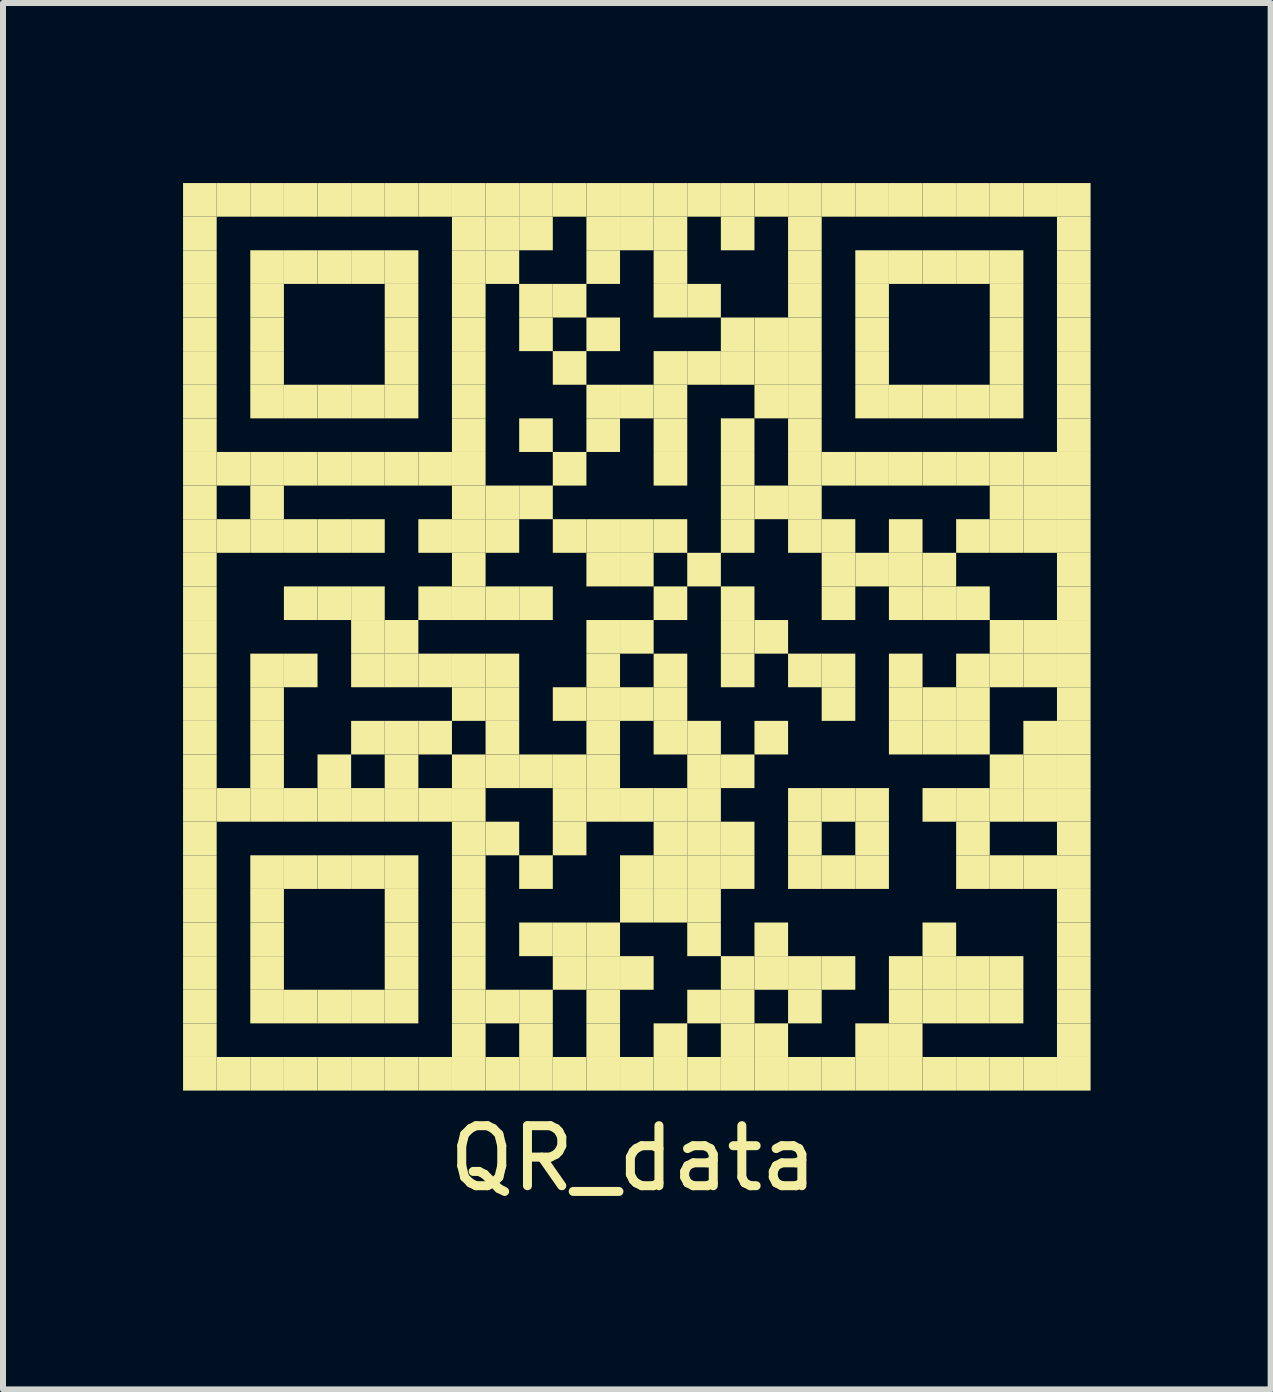
<source format=kicad_pcb>
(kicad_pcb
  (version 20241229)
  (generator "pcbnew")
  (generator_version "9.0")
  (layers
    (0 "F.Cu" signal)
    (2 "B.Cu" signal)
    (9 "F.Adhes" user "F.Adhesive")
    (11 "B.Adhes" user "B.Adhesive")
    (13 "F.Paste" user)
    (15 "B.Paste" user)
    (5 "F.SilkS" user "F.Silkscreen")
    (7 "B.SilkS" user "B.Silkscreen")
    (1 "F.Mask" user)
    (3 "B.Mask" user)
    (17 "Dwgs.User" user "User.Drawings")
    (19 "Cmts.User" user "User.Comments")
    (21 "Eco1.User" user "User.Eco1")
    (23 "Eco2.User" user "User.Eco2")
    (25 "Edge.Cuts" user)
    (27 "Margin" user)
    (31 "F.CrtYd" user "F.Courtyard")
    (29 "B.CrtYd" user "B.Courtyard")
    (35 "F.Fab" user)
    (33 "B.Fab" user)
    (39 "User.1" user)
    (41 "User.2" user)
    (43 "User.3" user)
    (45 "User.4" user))
  (footprint "QR_data"
    (layer "F.Cu")
    (at 7.5 7.5)
    (property "Reference" "QR_data" (at 0 8.75 0) (layer "F.SilkS") (effects (font (size 1 1) (thickness 0.15))))
    (attr exclude_from_pos_files exclude_from_bom)
    (fp_poly (pts (xy -7.5 -7.5) (xy -7.5 -6.94) (xy -6.94 -6.94) (xy -6.94 -7.5)) (stroke (width 0) (type solid)) (fill yes) (layer "F.SilkS"))
    (fp_poly (pts (xy -7.5 -6.94) (xy -7.5 -6.38) (xy -6.94 -6.38) (xy -6.94 -6.94)) (stroke (width 0) (type solid)) (fill yes) (layer "F.SilkS"))
    (fp_poly (pts (xy -7.5 -6.38) (xy -7.5 -5.82) (xy -6.94 -5.82) (xy -6.94 -6.38)) (stroke (width 0) (type solid)) (fill yes) (layer "F.SilkS"))
    (fp_poly (pts (xy -7.5 -5.82) (xy -7.5 -5.26) (xy -6.94 -5.26) (xy -6.94 -5.82)) (stroke (width 0) (type solid)) (fill yes) (layer "F.SilkS"))
    (fp_poly (pts (xy -7.5 -5.26) (xy -7.5 -4.7) (xy -6.94 -4.7) (xy -6.94 -5.26)) (stroke (width 0) (type solid)) (fill yes) (layer "F.SilkS"))
    (fp_poly (pts (xy -7.5 -4.7) (xy -7.5 -4.14) (xy -6.94 -4.14) (xy -6.94 -4.7)) (stroke (width 0) (type solid)) (fill yes) (layer "F.SilkS"))
    (fp_poly (pts (xy -7.5 -4.14) (xy -7.5 -3.58) (xy -6.94 -3.58) (xy -6.94 -4.14)) (stroke (width 0) (type solid)) (fill yes) (layer "F.SilkS"))
    (fp_poly (pts (xy -7.5 -3.58) (xy -7.5 -3.02) (xy -6.94 -3.02) (xy -6.94 -3.58)) (stroke (width 0) (type solid)) (fill yes) (layer "F.SilkS"))
    (fp_poly (pts (xy -7.5 -3.02) (xy -7.5 -2.46) (xy -6.94 -2.46) (xy -6.94 -3.02)) (stroke (width 0) (type solid)) (fill yes) (layer "F.SilkS"))
    (fp_poly (pts (xy -7.5 -2.46) (xy -7.5 -1.9) (xy -6.94 -1.9) (xy -6.94 -2.46)) (stroke (width 0) (type solid)) (fill yes) (layer "F.SilkS"))
    (fp_poly (pts (xy -7.5 -1.9) (xy -7.5 -1.34) (xy -6.94 -1.34) (xy -6.94 -1.9)) (stroke (width 0) (type solid)) (fill yes) (layer "F.SilkS"))
    (fp_poly (pts (xy -7.5 -1.34) (xy -7.5 -0.78) (xy -6.94 -0.78) (xy -6.94 -1.34)) (stroke (width 0) (type solid)) (fill yes) (layer "F.SilkS"))
    (fp_poly (pts (xy -7.5 -0.78) (xy -7.5 -0.22) (xy -6.94 -0.22) (xy -6.94 -0.78)) (stroke (width 0) (type solid)) (fill yes) (layer "F.SilkS"))
    (fp_poly (pts (xy -7.5 -0.22) (xy -7.5 0.34) (xy -6.94 0.34) (xy -6.94 -0.22)) (stroke (width 0) (type solid)) (fill yes) (layer "F.SilkS"))
    (fp_poly (pts (xy -7.5 0.34) (xy -7.5 0.9) (xy -6.94 0.9) (xy -6.94 0.34)) (stroke (width 0) (type solid)) (fill yes) (layer "F.SilkS"))
    (fp_poly (pts (xy -7.5 0.9) (xy -7.5 1.46) (xy -6.94 1.46) (xy -6.94 0.9)) (stroke (width 0) (type solid)) (fill yes) (layer "F.SilkS"))
    (fp_poly (pts (xy -7.5 1.46) (xy -7.5 2.02) (xy -6.94 2.02) (xy -6.94 1.46)) (stroke (width 0) (type solid)) (fill yes) (layer "F.SilkS"))
    (fp_poly (pts (xy -7.5 2.02) (xy -7.5 2.58) (xy -6.94 2.58) (xy -6.94 2.02)) (stroke (width 0) (type solid)) (fill yes) (layer "F.SilkS"))
    (fp_poly (pts (xy -7.5 2.58) (xy -7.5 3.14) (xy -6.94 3.14) (xy -6.94 2.58)) (stroke (width 0) (type solid)) (fill yes) (layer "F.SilkS"))
    (fp_poly (pts (xy -7.5 3.14) (xy -7.5 3.7) (xy -6.94 3.7) (xy -6.94 3.14)) (stroke (width 0) (type solid)) (fill yes) (layer "F.SilkS"))
    (fp_poly (pts (xy -7.5 3.7) (xy -7.5 4.26) (xy -6.94 4.26) (xy -6.94 3.7)) (stroke (width 0) (type solid)) (fill yes) (layer "F.SilkS"))
    (fp_poly (pts (xy -7.5 4.26) (xy -7.5 4.82) (xy -6.94 4.82) (xy -6.94 4.26)) (stroke (width 0) (type solid)) (fill yes) (layer "F.SilkS"))
    (fp_poly (pts (xy -7.5 4.82) (xy -7.5 5.38) (xy -6.94 5.38) (xy -6.94 4.82)) (stroke (width 0) (type solid)) (fill yes) (layer "F.SilkS"))
    (fp_poly (pts (xy -7.5 5.38) (xy -7.5 5.94) (xy -6.94 5.94) (xy -6.94 5.38)) (stroke (width 0) (type solid)) (fill yes) (layer "F.SilkS"))
    (fp_poly (pts (xy -7.5 5.94) (xy -7.5 6.5) (xy -6.94 6.5) (xy -6.94 5.94)) (stroke (width 0) (type solid)) (fill yes) (layer "F.SilkS"))
    (fp_poly (pts (xy -7.5 6.5) (xy -7.5 7.06) (xy -6.94 7.06) (xy -6.94 6.5)) (stroke (width 0) (type solid)) (fill yes) (layer "F.SilkS"))
    (fp_poly (pts (xy -7.5 7.06) (xy -7.5 7.62) (xy -6.94 7.62) (xy -6.94 7.06)) (stroke (width 0) (type solid)) (fill yes) (layer "F.SilkS"))
    (fp_poly (pts (xy -6.94 -7.5) (xy -6.94 -6.94) (xy -6.38 -6.94) (xy -6.38 -7.5)) (stroke (width 0) (type solid)) (fill yes) (layer "F.SilkS"))
    (fp_poly (pts (xy -6.94 -3.02) (xy -6.94 -2.46) (xy -6.38 -2.46) (xy -6.38 -3.02)) (stroke (width 0) (type solid)) (fill yes) (layer "F.SilkS"))
    (fp_poly (pts (xy -6.94 -1.9) (xy -6.94 -1.34) (xy -6.38 -1.34) (xy -6.38 -1.9)) (stroke (width 0) (type solid)) (fill yes) (layer "F.SilkS"))
    (fp_poly (pts (xy -6.94 2.58) (xy -6.94 3.14) (xy -6.38 3.14) (xy -6.38 2.58)) (stroke (width 0) (type solid)) (fill yes) (layer "F.SilkS"))
    (fp_poly (pts (xy -6.94 7.06) (xy -6.94 7.62) (xy -6.38 7.62) (xy -6.38 7.06)) (stroke (width 0) (type solid)) (fill yes) (layer "F.SilkS"))
    (fp_poly (pts (xy -6.38 -7.5) (xy -6.38 -6.94) (xy -5.82 -6.94) (xy -5.82 -7.5)) (stroke (width 0) (type solid)) (fill yes) (layer "F.SilkS"))
    (fp_poly (pts (xy -6.38 -6.38) (xy -6.38 -5.82) (xy -5.82 -5.82) (xy -5.82 -6.38)) (stroke (width 0) (type solid)) (fill yes) (layer "F.SilkS"))
    (fp_poly (pts (xy -6.38 -5.82) (xy -6.38 -5.26) (xy -5.82 -5.26) (xy -5.82 -5.82)) (stroke (width 0) (type solid)) (fill yes) (layer "F.SilkS"))
    (fp_poly (pts (xy -6.38 -5.26) (xy -6.38 -4.7) (xy -5.82 -4.7) (xy -5.82 -5.26)) (stroke (width 0) (type solid)) (fill yes) (layer "F.SilkS"))
    (fp_poly (pts (xy -6.38 -4.7) (xy -6.38 -4.14) (xy -5.82 -4.14) (xy -5.82 -4.7)) (stroke (width 0) (type solid)) (fill yes) (layer "F.SilkS"))
    (fp_poly (pts (xy -6.38 -4.14) (xy -6.38 -3.58) (xy -5.82 -3.58) (xy -5.82 -4.14)) (stroke (width 0) (type solid)) (fill yes) (layer "F.SilkS"))
    (fp_poly (pts (xy -6.38 -3.02) (xy -6.38 -2.46) (xy -5.82 -2.46) (xy -5.82 -3.02)) (stroke (width 0) (type solid)) (fill yes) (layer "F.SilkS"))
    (fp_poly (pts (xy -6.38 -2.46) (xy -6.38 -1.9) (xy -5.82 -1.9) (xy -5.82 -2.46)) (stroke (width 0) (type solid)) (fill yes) (layer "F.SilkS"))
    (fp_poly (pts (xy -6.38 -1.9) (xy -6.38 -1.34) (xy -5.82 -1.34) (xy -5.82 -1.9)) (stroke (width 0) (type solid)) (fill yes) (layer "F.SilkS"))
    (fp_poly (pts (xy -6.38 0.34) (xy -6.38 0.9) (xy -5.82 0.9) (xy -5.82 0.34)) (stroke (width 0) (type solid)) (fill yes) (layer "F.SilkS"))
    (fp_poly (pts (xy -6.38 0.9) (xy -6.38 1.46) (xy -5.82 1.46) (xy -5.82 0.9)) (stroke (width 0) (type solid)) (fill yes) (layer "F.SilkS"))
    (fp_poly (pts (xy -6.38 1.46) (xy -6.38 2.02) (xy -5.82 2.02) (xy -5.82 1.46)) (stroke (width 0) (type solid)) (fill yes) (layer "F.SilkS"))
    (fp_poly (pts (xy -6.38 2.02) (xy -6.38 2.58) (xy -5.82 2.58) (xy -5.82 2.02)) (stroke (width 0) (type solid)) (fill yes) (layer "F.SilkS"))
    (fp_poly (pts (xy -6.38 2.58) (xy -6.38 3.14) (xy -5.82 3.14) (xy -5.82 2.58)) (stroke (width 0) (type solid)) (fill yes) (layer "F.SilkS"))
    (fp_poly (pts (xy -6.38 3.7) (xy -6.38 4.26) (xy -5.82 4.26) (xy -5.82 3.7)) (stroke (width 0) (type solid)) (fill yes) (layer "F.SilkS"))
    (fp_poly (pts (xy -6.38 4.26) (xy -6.38 4.82) (xy -5.82 4.82) (xy -5.82 4.26)) (stroke (width 0) (type solid)) (fill yes) (layer "F.SilkS"))
    (fp_poly (pts (xy -6.38 4.82) (xy -6.38 5.38) (xy -5.82 5.38) (xy -5.82 4.82)) (stroke (width 0) (type solid)) (fill yes) (layer "F.SilkS"))
    (fp_poly (pts (xy -6.38 5.38) (xy -6.38 5.94) (xy -5.82 5.94) (xy -5.82 5.38)) (stroke (width 0) (type solid)) (fill yes) (layer "F.SilkS"))
    (fp_poly (pts (xy -6.38 5.94) (xy -6.38 6.5) (xy -5.82 6.5) (xy -5.82 5.94)) (stroke (width 0) (type solid)) (fill yes) (layer "F.SilkS"))
    (fp_poly (pts (xy -6.38 7.06) (xy -6.38 7.62) (xy -5.82 7.62) (xy -5.82 7.06)) (stroke (width 0) (type solid)) (fill yes) (layer "F.SilkS"))
    (fp_poly (pts (xy -5.82 -7.5) (xy -5.82 -6.94) (xy -5.26 -6.94) (xy -5.26 -7.5)) (stroke (width 0) (type solid)) (fill yes) (layer "F.SilkS"))
    (fp_poly (pts (xy -5.82 -6.38) (xy -5.82 -5.82) (xy -5.26 -5.82) (xy -5.26 -6.38)) (stroke (width 0) (type solid)) (fill yes) (layer "F.SilkS"))
    (fp_poly (pts (xy -5.82 -4.14) (xy -5.82 -3.58) (xy -5.26 -3.58) (xy -5.26 -4.14)) (stroke (width 0) (type solid)) (fill yes) (layer "F.SilkS"))
    (fp_poly (pts (xy -5.82 -3.02) (xy -5.82 -2.46) (xy -5.26 -2.46) (xy -5.26 -3.02)) (stroke (width 0) (type solid)) (fill yes) (layer "F.SilkS"))
    (fp_poly (pts (xy -5.82 -1.9) (xy -5.82 -1.34) (xy -5.26 -1.34) (xy -5.26 -1.9)) (stroke (width 0) (type solid)) (fill yes) (layer "F.SilkS"))
    (fp_poly (pts (xy -5.82 -0.78) (xy -5.82 -0.22) (xy -5.26 -0.22) (xy -5.26 -0.78)) (stroke (width 0) (type solid)) (fill yes) (layer "F.SilkS"))
    (fp_poly (pts (xy -5.82 0.34) (xy -5.82 0.9) (xy -5.26 0.9) (xy -5.26 0.34)) (stroke (width 0) (type solid)) (fill yes) (layer "F.SilkS"))
    (fp_poly (pts (xy -5.82 2.58) (xy -5.82 3.14) (xy -5.26 3.14) (xy -5.26 2.58)) (stroke (width 0) (type solid)) (fill yes) (layer "F.SilkS"))
    (fp_poly (pts (xy -5.82 3.7) (xy -5.82 4.26) (xy -5.26 4.26) (xy -5.26 3.7)) (stroke (width 0) (type solid)) (fill yes) (layer "F.SilkS"))
    (fp_poly (pts (xy -5.82 5.94) (xy -5.82 6.5) (xy -5.26 6.5) (xy -5.26 5.94)) (stroke (width 0) (type solid)) (fill yes) (layer "F.SilkS"))
    (fp_poly (pts (xy -5.82 7.06) (xy -5.82 7.62) (xy -5.26 7.62) (xy -5.26 7.06)) (stroke (width 0) (type solid)) (fill yes) (layer "F.SilkS"))
    (fp_poly (pts (xy -5.26 -7.5) (xy -5.26 -6.94) (xy -4.7 -6.94) (xy -4.7 -7.5)) (stroke (width 0) (type solid)) (fill yes) (layer "F.SilkS"))
    (fp_poly (pts (xy -5.26 -6.38) (xy -5.26 -5.82) (xy -4.7 -5.82) (xy -4.7 -6.38)) (stroke (width 0) (type solid)) (fill yes) (layer "F.SilkS"))
    (fp_poly (pts (xy -5.26 -4.14) (xy -5.26 -3.58) (xy -4.7 -3.58) (xy -4.7 -4.14)) (stroke (width 0) (type solid)) (fill yes) (layer "F.SilkS"))
    (fp_poly (pts (xy -5.26 -3.02) (xy -5.26 -2.46) (xy -4.7 -2.46) (xy -4.7 -3.02)) (stroke (width 0) (type solid)) (fill yes) (layer "F.SilkS"))
    (fp_poly (pts (xy -5.26 -1.9) (xy -5.26 -1.34) (xy -4.7 -1.34) (xy -4.7 -1.9)) (stroke (width 0) (type solid)) (fill yes) (layer "F.SilkS"))
    (fp_poly (pts (xy -5.26 -0.78) (xy -5.26 -0.22) (xy -4.7 -0.22) (xy -4.7 -0.78)) (stroke (width 0) (type solid)) (fill yes) (layer "F.SilkS"))
    (fp_poly (pts (xy -5.26 2.02) (xy -5.26 2.58) (xy -4.7 2.58) (xy -4.7 2.02)) (stroke (width 0) (type solid)) (fill yes) (layer "F.SilkS"))
    (fp_poly (pts (xy -5.26 2.58) (xy -5.26 3.14) (xy -4.7 3.14) (xy -4.7 2.58)) (stroke (width 0) (type solid)) (fill yes) (layer "F.SilkS"))
    (fp_poly (pts (xy -5.26 3.7) (xy -5.26 4.26) (xy -4.7 4.26) (xy -4.7 3.7)) (stroke (width 0) (type solid)) (fill yes) (layer "F.SilkS"))
    (fp_poly (pts (xy -5.26 5.94) (xy -5.26 6.5) (xy -4.7 6.5) (xy -4.7 5.94)) (stroke (width 0) (type solid)) (fill yes) (layer "F.SilkS"))
    (fp_poly (pts (xy -5.26 7.06) (xy -5.26 7.62) (xy -4.7 7.62) (xy -4.7 7.06)) (stroke (width 0) (type solid)) (fill yes) (layer "F.SilkS"))
    (fp_poly (pts (xy -4.7 -7.5) (xy -4.7 -6.94) (xy -4.14 -6.94) (xy -4.14 -7.5)) (stroke (width 0) (type solid)) (fill yes) (layer "F.SilkS"))
    (fp_poly (pts (xy -4.7 -6.38) (xy -4.7 -5.82) (xy -4.14 -5.82) (xy -4.14 -6.38)) (stroke (width 0) (type solid)) (fill yes) (layer "F.SilkS"))
    (fp_poly (pts (xy -4.7 -4.14) (xy -4.7 -3.58) (xy -4.14 -3.58) (xy -4.14 -4.14)) (stroke (width 0) (type solid)) (fill yes) (layer "F.SilkS"))
    (fp_poly (pts (xy -4.7 -3.02) (xy -4.7 -2.46) (xy -4.14 -2.46) (xy -4.14 -3.02)) (stroke (width 0) (type solid)) (fill yes) (layer "F.SilkS"))
    (fp_poly (pts (xy -4.7 -1.9) (xy -4.7 -1.34) (xy -4.14 -1.34) (xy -4.14 -1.9)) (stroke (width 0) (type solid)) (fill yes) (layer "F.SilkS"))
    (fp_poly (pts (xy -4.7 -0.78) (xy -4.7 -0.22) (xy -4.14 -0.22) (xy -4.14 -0.78)) (stroke (width 0) (type solid)) (fill yes) (layer "F.SilkS"))
    (fp_poly (pts (xy -4.7 -0.22) (xy -4.7 0.34) (xy -4.14 0.34) (xy -4.14 -0.22)) (stroke (width 0) (type solid)) (fill yes) (layer "F.SilkS"))
    (fp_poly (pts (xy -4.7 0.34) (xy -4.7 0.9) (xy -4.14 0.9) (xy -4.14 0.34)) (stroke (width 0) (type solid)) (fill yes) (layer "F.SilkS"))
    (fp_poly (pts (xy -4.7 1.46) (xy -4.7 2.02) (xy -4.14 2.02) (xy -4.14 1.46)) (stroke (width 0) (type solid)) (fill yes) (layer "F.SilkS"))
    (fp_poly (pts (xy -4.7 2.58) (xy -4.7 3.14) (xy -4.14 3.14) (xy -4.14 2.58)) (stroke (width 0) (type solid)) (fill yes) (layer "F.SilkS"))
    (fp_poly (pts (xy -4.7 3.7) (xy -4.7 4.26) (xy -4.14 4.26) (xy -4.14 3.7)) (stroke (width 0) (type solid)) (fill yes) (layer "F.SilkS"))
    (fp_poly (pts (xy -4.7 5.94) (xy -4.7 6.5) (xy -4.14 6.5) (xy -4.14 5.94)) (stroke (width 0) (type solid)) (fill yes) (layer "F.SilkS"))
    (fp_poly (pts (xy -4.7 7.06) (xy -4.7 7.62) (xy -4.14 7.62) (xy -4.14 7.06)) (stroke (width 0) (type solid)) (fill yes) (layer "F.SilkS"))
    (fp_poly (pts (xy -4.14 -7.5) (xy -4.14 -6.94) (xy -3.58 -6.94) (xy -3.58 -7.5)) (stroke (width 0) (type solid)) (fill yes) (layer "F.SilkS"))
    (fp_poly (pts (xy -4.14 -6.38) (xy -4.14 -5.82) (xy -3.58 -5.82) (xy -3.58 -6.38)) (stroke (width 0) (type solid)) (fill yes) (layer "F.SilkS"))
    (fp_poly (pts (xy -4.14 -5.82) (xy -4.14 -5.26) (xy -3.58 -5.26) (xy -3.58 -5.82)) (stroke (width 0) (type solid)) (fill yes) (layer "F.SilkS"))
    (fp_poly (pts (xy -4.14 -5.26) (xy -4.14 -4.7) (xy -3.58 -4.7) (xy -3.58 -5.26)) (stroke (width 0) (type solid)) (fill yes) (layer "F.SilkS"))
    (fp_poly (pts (xy -4.14 -4.7) (xy -4.14 -4.14) (xy -3.58 -4.14) (xy -3.58 -4.7)) (stroke (width 0) (type solid)) (fill yes) (layer "F.SilkS"))
    (fp_poly (pts (xy -4.14 -4.14) (xy -4.14 -3.58) (xy -3.58 -3.58) (xy -3.58 -4.14)) (stroke (width 0) (type solid)) (fill yes) (layer "F.SilkS"))
    (fp_poly (pts (xy -4.14 -3.02) (xy -4.14 -2.46) (xy -3.58 -2.46) (xy -3.58 -3.02)) (stroke (width 0) (type solid)) (fill yes) (layer "F.SilkS"))
    (fp_poly (pts (xy -4.14 -0.22) (xy -4.14 0.34) (xy -3.58 0.34) (xy -3.58 -0.22)) (stroke (width 0) (type solid)) (fill yes) (layer "F.SilkS"))
    (fp_poly (pts (xy -4.14 0.34) (xy -4.14 0.9) (xy -3.58 0.9) (xy -3.58 0.34)) (stroke (width 0) (type solid)) (fill yes) (layer "F.SilkS"))
    (fp_poly (pts (xy -4.14 1.46) (xy -4.14 2.02) (xy -3.58 2.02) (xy -3.58 1.46)) (stroke (width 0) (type solid)) (fill yes) (layer "F.SilkS"))
    (fp_poly (pts (xy -4.14 2.02) (xy -4.14 2.58) (xy -3.58 2.58) (xy -3.58 2.02)) (stroke (width 0) (type solid)) (fill yes) (layer "F.SilkS"))
    (fp_poly (pts (xy -4.14 2.58) (xy -4.14 3.14) (xy -3.58 3.14) (xy -3.58 2.58)) (stroke (width 0) (type solid)) (fill yes) (layer "F.SilkS"))
    (fp_poly (pts (xy -4.14 3.7) (xy -4.14 4.26) (xy -3.58 4.26) (xy -3.58 3.7)) (stroke (width 0) (type solid)) (fill yes) (layer "F.SilkS"))
    (fp_poly (pts (xy -4.14 4.26) (xy -4.14 4.82) (xy -3.58 4.82) (xy -3.58 4.26)) (stroke (width 0) (type solid)) (fill yes) (layer "F.SilkS"))
    (fp_poly (pts (xy -4.14 4.82) (xy -4.14 5.38) (xy -3.58 5.38) (xy -3.58 4.82)) (stroke (width 0) (type solid)) (fill yes) (layer "F.SilkS"))
    (fp_poly (pts (xy -4.14 5.38) (xy -4.14 5.94) (xy -3.58 5.94) (xy -3.58 5.38)) (stroke (width 0) (type solid)) (fill yes) (layer "F.SilkS"))
    (fp_poly (pts (xy -4.14 5.94) (xy -4.14 6.5) (xy -3.58 6.5) (xy -3.58 5.94)) (stroke (width 0) (type solid)) (fill yes) (layer "F.SilkS"))
    (fp_poly (pts (xy -4.14 7.06) (xy -4.14 7.62) (xy -3.58 7.62) (xy -3.58 7.06)) (stroke (width 0) (type solid)) (fill yes) (layer "F.SilkS"))
    (fp_poly (pts (xy -3.58 -7.5) (xy -3.58 -6.94) (xy -3.02 -6.94) (xy -3.02 -7.5)) (stroke (width 0) (type solid)) (fill yes) (layer "F.SilkS"))
    (fp_poly (pts (xy -3.58 -3.02) (xy -3.58 -2.46) (xy -3.02 -2.46) (xy -3.02 -3.02)) (stroke (width 0) (type solid)) (fill yes) (layer "F.SilkS"))
    (fp_poly (pts (xy -3.58 -1.9) (xy -3.58 -1.34) (xy -3.02 -1.34) (xy -3.02 -1.9)) (stroke (width 0) (type solid)) (fill yes) (layer "F.SilkS"))
    (fp_poly (pts (xy -3.58 -0.78) (xy -3.58 -0.22) (xy -3.02 -0.22) (xy -3.02 -0.78)) (stroke (width 0) (type solid)) (fill yes) (layer "F.SilkS"))
    (fp_poly (pts (xy -3.58 0.34) (xy -3.58 0.9) (xy -3.02 0.9) (xy -3.02 0.34)) (stroke (width 0) (type solid)) (fill yes) (layer "F.SilkS"))
    (fp_poly (pts (xy -3.58 1.46) (xy -3.58 2.02) (xy -3.02 2.02) (xy -3.02 1.46)) (stroke (width 0) (type solid)) (fill yes) (layer "F.SilkS"))
    (fp_poly (pts (xy -3.58 2.58) (xy -3.58 3.14) (xy -3.02 3.14) (xy -3.02 2.58)) (stroke (width 0) (type solid)) (fill yes) (layer "F.SilkS"))
    (fp_poly (pts (xy -3.58 7.06) (xy -3.58 7.62) (xy -3.02 7.62) (xy -3.02 7.06)) (stroke (width 0) (type solid)) (fill yes) (layer "F.SilkS"))
    (fp_poly (pts (xy -3.02 -7.5) (xy -3.02 -6.94) (xy -2.46 -6.94) (xy -2.46 -7.5)) (stroke (width 0) (type solid)) (fill yes) (layer "F.SilkS"))
    (fp_poly (pts (xy -3.02 -6.94) (xy -3.02 -6.38) (xy -2.46 -6.38) (xy -2.46 -6.94)) (stroke (width 0) (type solid)) (fill yes) (layer "F.SilkS"))
    (fp_poly (pts (xy -3.02 -6.38) (xy -3.02 -5.82) (xy -2.46 -5.82) (xy -2.46 -6.38)) (stroke (width 0) (type solid)) (fill yes) (layer "F.SilkS"))
    (fp_poly (pts (xy -3.02 -5.82) (xy -3.02 -5.26) (xy -2.46 -5.26) (xy -2.46 -5.82)) (stroke (width 0) (type solid)) (fill yes) (layer "F.SilkS"))
    (fp_poly (pts (xy -3.02 -5.26) (xy -3.02 -4.7) (xy -2.46 -4.7) (xy -2.46 -5.26)) (stroke (width 0) (type solid)) (fill yes) (layer "F.SilkS"))
    (fp_poly (pts (xy -3.02 -4.7) (xy -3.02 -4.14) (xy -2.46 -4.14) (xy -2.46 -4.7)) (stroke (width 0) (type solid)) (fill yes) (layer "F.SilkS"))
    (fp_poly (pts (xy -3.02 -4.14) (xy -3.02 -3.58) (xy -2.46 -3.58) (xy -2.46 -4.14)) (stroke (width 0) (type solid)) (fill yes) (layer "F.SilkS"))
    (fp_poly (pts (xy -3.02 -3.58) (xy -3.02 -3.02) (xy -2.46 -3.02) (xy -2.46 -3.58)) (stroke (width 0) (type solid)) (fill yes) (layer "F.SilkS"))
    (fp_poly (pts (xy -3.02 -3.02) (xy -3.02 -2.46) (xy -2.46 -2.46) (xy -2.46 -3.02)) (stroke (width 0) (type solid)) (fill yes) (layer "F.SilkS"))
    (fp_poly (pts (xy -3.02 -2.46) (xy -3.02 -1.9) (xy -2.46 -1.9) (xy -2.46 -2.46)) (stroke (width 0) (type solid)) (fill yes) (layer "F.SilkS"))
    (fp_poly (pts (xy -3.02 -1.9) (xy -3.02 -1.34) (xy -2.46 -1.34) (xy -2.46 -1.9)) (stroke (width 0) (type solid)) (fill yes) (layer "F.SilkS"))
    (fp_poly (pts (xy -3.02 -1.34) (xy -3.02 -0.78) (xy -2.46 -0.78) (xy -2.46 -1.34)) (stroke (width 0) (type solid)) (fill yes) (layer "F.SilkS"))
    (fp_poly (pts (xy -3.02 -0.78) (xy -3.02 -0.22) (xy -2.46 -0.22) (xy -2.46 -0.78)) (stroke (width 0) (type solid)) (fill yes) (layer "F.SilkS"))
    (fp_poly (pts (xy -3.02 0.34) (xy -3.02 0.9) (xy -2.46 0.9) (xy -2.46 0.34)) (stroke (width 0) (type solid)) (fill yes) (layer "F.SilkS"))
    (fp_poly (pts (xy -3.02 0.9) (xy -3.02 1.46) (xy -2.46 1.46) (xy -2.46 0.9)) (stroke (width 0) (type solid)) (fill yes) (layer "F.SilkS"))
    (fp_poly (pts (xy -3.02 2.02) (xy -3.02 2.58) (xy -2.46 2.58) (xy -2.46 2.02)) (stroke (width 0) (type solid)) (fill yes) (layer "F.SilkS"))
    (fp_poly (pts (xy -3.02 2.58) (xy -3.02 3.14) (xy -2.46 3.14) (xy -2.46 2.58)) (stroke (width 0) (type solid)) (fill yes) (layer "F.SilkS"))
    (fp_poly (pts (xy -3.02 3.14) (xy -3.02 3.7) (xy -2.46 3.7) (xy -2.46 3.14)) (stroke (width 0) (type solid)) (fill yes) (layer "F.SilkS"))
    (fp_poly (pts (xy -3.02 3.7) (xy -3.02 4.26) (xy -2.46 4.26) (xy -2.46 3.7)) (stroke (width 0) (type solid)) (fill yes) (layer "F.SilkS"))
    (fp_poly (pts (xy -3.02 4.26) (xy -3.02 4.82) (xy -2.46 4.82) (xy -2.46 4.26)) (stroke (width 0) (type solid)) (fill yes) (layer "F.SilkS"))
    (fp_poly (pts (xy -3.02 4.82) (xy -3.02 5.38) (xy -2.46 5.38) (xy -2.46 4.82)) (stroke (width 0) (type solid)) (fill yes) (layer "F.SilkS"))
    (fp_poly (pts (xy -3.02 5.38) (xy -3.02 5.94) (xy -2.46 5.94) (xy -2.46 5.38)) (stroke (width 0) (type solid)) (fill yes) (layer "F.SilkS"))
    (fp_poly (pts (xy -3.02 5.94) (xy -3.02 6.5) (xy -2.46 6.5) (xy -2.46 5.94)) (stroke (width 0) (type solid)) (fill yes) (layer "F.SilkS"))
    (fp_poly (pts (xy -3.02 6.5) (xy -3.02 7.06) (xy -2.46 7.06) (xy -2.46 6.5)) (stroke (width 0) (type solid)) (fill yes) (layer "F.SilkS"))
    (fp_poly (pts (xy -3.02 7.06) (xy -3.02 7.62) (xy -2.46 7.62) (xy -2.46 7.06)) (stroke (width 0) (type solid)) (fill yes) (layer "F.SilkS"))
    (fp_poly (pts (xy -2.46 -7.5) (xy -2.46 -6.94) (xy -1.9 -6.94) (xy -1.9 -7.5)) (stroke (width 0) (type solid)) (fill yes) (layer "F.SilkS"))
    (fp_poly (pts (xy -2.46 -6.94) (xy -2.46 -6.38) (xy -1.9 -6.38) (xy -1.9 -6.94)) (stroke (width 0) (type solid)) (fill yes) (layer "F.SilkS"))
    (fp_poly (pts (xy -2.46 -6.38) (xy -2.46 -5.82) (xy -1.9 -5.82) (xy -1.9 -6.38)) (stroke (width 0) (type solid)) (fill yes) (layer "F.SilkS"))
    (fp_poly (pts (xy -2.46 -2.46) (xy -2.46 -1.9) (xy -1.9 -1.9) (xy -1.9 -2.46)) (stroke (width 0) (type solid)) (fill yes) (layer "F.SilkS"))
    (fp_poly (pts (xy -2.46 -1.9) (xy -2.46 -1.34) (xy -1.9 -1.34) (xy -1.9 -1.9)) (stroke (width 0) (type solid)) (fill yes) (layer "F.SilkS"))
    (fp_poly (pts (xy -2.46 -0.78) (xy -2.46 -0.22) (xy -1.9 -0.22) (xy -1.9 -0.78)) (stroke (width 0) (type solid)) (fill yes) (layer "F.SilkS"))
    (fp_poly (pts (xy -2.46 0.34) (xy -2.46 0.9) (xy -1.9 0.9) (xy -1.9 0.34)) (stroke (width 0) (type solid)) (fill yes) (layer "F.SilkS"))
    (fp_poly (pts (xy -2.46 0.9) (xy -2.46 1.46) (xy -1.9 1.46) (xy -1.9 0.9)) (stroke (width 0) (type solid)) (fill yes) (layer "F.SilkS"))
    (fp_poly (pts (xy -2.46 1.46) (xy -2.46 2.02) (xy -1.9 2.02) (xy -1.9 1.46)) (stroke (width 0) (type solid)) (fill yes) (layer "F.SilkS"))
    (fp_poly (pts (xy -2.46 2.02) (xy -2.46 2.58) (xy -1.9 2.58) (xy -1.9 2.02)) (stroke (width 0) (type solid)) (fill yes) (layer "F.SilkS"))
    (fp_poly (pts (xy -2.46 3.14) (xy -2.46 3.7) (xy -1.9 3.7) (xy -1.9 3.14)) (stroke (width 0) (type solid)) (fill yes) (layer "F.SilkS"))
    (fp_poly (pts (xy -2.46 5.94) (xy -2.46 6.5) (xy -1.9 6.5) (xy -1.9 5.94)) (stroke (width 0) (type solid)) (fill yes) (layer "F.SilkS"))
    (fp_poly (pts (xy -2.46 7.06) (xy -2.46 7.62) (xy -1.9 7.62) (xy -1.9 7.06)) (stroke (width 0) (type solid)) (fill yes) (layer "F.SilkS"))
    (fp_poly (pts (xy -1.9 -7.5) (xy -1.9 -6.94) (xy -1.34 -6.94) (xy -1.34 -7.5)) (stroke (width 0) (type solid)) (fill yes) (layer "F.SilkS"))
    (fp_poly (pts (xy -1.9 -6.94) (xy -1.9 -6.38) (xy -1.34 -6.38) (xy -1.34 -6.94)) (stroke (width 0) (type solid)) (fill yes) (layer "F.SilkS"))
    (fp_poly (pts (xy -1.9 -5.82) (xy -1.9 -5.26) (xy -1.34 -5.26) (xy -1.34 -5.82)) (stroke (width 0) (type solid)) (fill yes) (layer "F.SilkS"))
    (fp_poly (pts (xy -1.9 -5.26) (xy -1.9 -4.7) (xy -1.34 -4.7) (xy -1.34 -5.26)) (stroke (width 0) (type solid)) (fill yes) (layer "F.SilkS"))
    (fp_poly (pts (xy -1.9 -3.58) (xy -1.9 -3.02) (xy -1.34 -3.02) (xy -1.34 -3.58)) (stroke (width 0) (type solid)) (fill yes) (layer "F.SilkS"))
    (fp_poly (pts (xy -1.9 -2.46) (xy -1.9 -1.9) (xy -1.34 -1.9) (xy -1.34 -2.46)) (stroke (width 0) (type solid)) (fill yes) (layer "F.SilkS"))
    (fp_poly (pts (xy -1.9 -0.78) (xy -1.9 -0.22) (xy -1.34 -0.22) (xy -1.34 -0.78)) (stroke (width 0) (type solid)) (fill yes) (layer "F.SilkS"))
    (fp_poly (pts (xy -1.9 2.02) (xy -1.9 2.58) (xy -1.34 2.58) (xy -1.34 2.02)) (stroke (width 0) (type solid)) (fill yes) (layer "F.SilkS"))
    (fp_poly (pts (xy -1.9 3.7) (xy -1.9 4.26) (xy -1.34 4.26) (xy -1.34 3.7)) (stroke (width 0) (type solid)) (fill yes) (layer "F.SilkS"))
    (fp_poly (pts (xy -1.9 4.82) (xy -1.9 5.38) (xy -1.34 5.38) (xy -1.34 4.82)) (stroke (width 0) (type solid)) (fill yes) (layer "F.SilkS"))
    (fp_poly (pts (xy -1.9 5.94) (xy -1.9 6.5) (xy -1.34 6.5) (xy -1.34 5.94)) (stroke (width 0) (type solid)) (fill yes) (layer "F.SilkS"))
    (fp_poly (pts (xy -1.9 6.5) (xy -1.9 7.06) (xy -1.34 7.06) (xy -1.34 6.5)) (stroke (width 0) (type solid)) (fill yes) (layer "F.SilkS"))
    (fp_poly (pts (xy -1.9 7.06) (xy -1.9 7.62) (xy -1.34 7.62) (xy -1.34 7.06)) (stroke (width 0) (type solid)) (fill yes) (layer "F.SilkS"))
    (fp_poly (pts (xy -1.34 -7.5) (xy -1.34 -6.94) (xy -0.78 -6.94) (xy -0.78 -7.5)) (stroke (width 0) (type solid)) (fill yes) (layer "F.SilkS"))
    (fp_poly (pts (xy -1.34 -5.82) (xy -1.34 -5.26) (xy -0.78 -5.26) (xy -0.78 -5.82)) (stroke (width 0) (type solid)) (fill yes) (layer "F.SilkS"))
    (fp_poly (pts (xy -1.34 -4.7) (xy -1.34 -4.14) (xy -0.78 -4.14) (xy -0.78 -4.7)) (stroke (width 0) (type solid)) (fill yes) (layer "F.SilkS"))
    (fp_poly (pts (xy -1.34 -3.02) (xy -1.34 -2.46) (xy -0.78 -2.46) (xy -0.78 -3.02)) (stroke (width 0) (type solid)) (fill yes) (layer "F.SilkS"))
    (fp_poly (pts (xy -1.34 -1.9) (xy -1.34 -1.34) (xy -0.78 -1.34) (xy -0.78 -1.9)) (stroke (width 0) (type solid)) (fill yes) (layer "F.SilkS"))
    (fp_poly (pts (xy -1.34 0.9) (xy -1.34 1.46) (xy -0.78 1.46) (xy -0.78 0.9)) (stroke (width 0) (type solid)) (fill yes) (layer "F.SilkS"))
    (fp_poly (pts (xy -1.34 2.02) (xy -1.34 2.58) (xy -0.78 2.58) (xy -0.78 2.02)) (stroke (width 0) (type solid)) (fill yes) (layer "F.SilkS"))
    (fp_poly (pts (xy -1.34 2.58) (xy -1.34 3.14) (xy -0.78 3.14) (xy -0.78 2.58)) (stroke (width 0) (type solid)) (fill yes) (layer "F.SilkS"))
    (fp_poly (pts (xy -1.34 3.14) (xy -1.34 3.7) (xy -0.78 3.7) (xy -0.78 3.14)) (stroke (width 0) (type solid)) (fill yes) (layer "F.SilkS"))
    (fp_poly (pts (xy -1.34 4.82) (xy -1.34 5.38) (xy -0.78 5.38) (xy -0.78 4.82)) (stroke (width 0) (type solid)) (fill yes) (layer "F.SilkS"))
    (fp_poly (pts (xy -1.34 5.38) (xy -1.34 5.94) (xy -0.78 5.94) (xy -0.78 5.38)) (stroke (width 0) (type solid)) (fill yes) (layer "F.SilkS"))
    (fp_poly (pts (xy -1.34 7.06) (xy -1.34 7.62) (xy -0.78 7.62) (xy -0.78 7.06)) (stroke (width 0) (type solid)) (fill yes) (layer "F.SilkS"))
    (fp_poly (pts (xy -0.78 -7.5) (xy -0.78 -6.94) (xy -0.22 -6.94) (xy -0.22 -7.5)) (stroke (width 0) (type solid)) (fill yes) (layer "F.SilkS"))
    (fp_poly (pts (xy -0.78 -6.94) (xy -0.78 -6.38) (xy -0.22 -6.38) (xy -0.22 -6.94)) (stroke (width 0) (type solid)) (fill yes) (layer "F.SilkS"))
    (fp_poly (pts (xy -0.78 -6.38) (xy -0.78 -5.82) (xy -0.22 -5.82) (xy -0.22 -6.38)) (stroke (width 0) (type solid)) (fill yes) (layer "F.SilkS"))
    (fp_poly (pts (xy -0.78 -5.26) (xy -0.78 -4.7) (xy -0.22 -4.7) (xy -0.22 -5.26)) (stroke (width 0) (type solid)) (fill yes) (layer "F.SilkS"))
    (fp_poly (pts (xy -0.78 -4.14) (xy -0.78 -3.58) (xy -0.22 -3.58) (xy -0.22 -4.14)) (stroke (width 0) (type solid)) (fill yes) (layer "F.SilkS"))
    (fp_poly (pts (xy -0.78 -3.58) (xy -0.78 -3.02) (xy -0.22 -3.02) (xy -0.22 -3.58)) (stroke (width 0) (type solid)) (fill yes) (layer "F.SilkS"))
    (fp_poly (pts (xy -0.78 -1.9) (xy -0.78 -1.34) (xy -0.22 -1.34) (xy -0.22 -1.9)) (stroke (width 0) (type solid)) (fill yes) (layer "F.SilkS"))
    (fp_poly (pts (xy -0.78 -1.34) (xy -0.78 -0.78) (xy -0.22 -0.78) (xy -0.22 -1.34)) (stroke (width 0) (type solid)) (fill yes) (layer "F.SilkS"))
    (fp_poly (pts (xy -0.78 -0.22) (xy -0.78 0.34) (xy -0.22 0.34) (xy -0.22 -0.22)) (stroke (width 0) (type solid)) (fill yes) (layer "F.SilkS"))
    (fp_poly (pts (xy -0.78 0.34) (xy -0.78 0.9) (xy -0.22 0.9) (xy -0.22 0.34)) (stroke (width 0) (type solid)) (fill yes) (layer "F.SilkS"))
    (fp_poly (pts (xy -0.78 0.9) (xy -0.78 1.46) (xy -0.22 1.46) (xy -0.22 0.9)) (stroke (width 0) (type solid)) (fill yes) (layer "F.SilkS"))
    (fp_poly (pts (xy -0.78 1.46) (xy -0.78 2.02) (xy -0.22 2.02) (xy -0.22 1.46)) (stroke (width 0) (type solid)) (fill yes) (layer "F.SilkS"))
    (fp_poly (pts (xy -0.78 2.02) (xy -0.78 2.58) (xy -0.22 2.58) (xy -0.22 2.02)) (stroke (width 0) (type solid)) (fill yes) (layer "F.SilkS"))
    (fp_poly (pts (xy -0.78 2.58) (xy -0.78 3.14) (xy -0.22 3.14) (xy -0.22 2.58)) (stroke (width 0) (type solid)) (fill yes) (layer "F.SilkS"))
    (fp_poly (pts (xy -0.78 4.82) (xy -0.78 5.38) (xy -0.22 5.38) (xy -0.22 4.82)) (stroke (width 0) (type solid)) (fill yes) (layer "F.SilkS"))
    (fp_poly (pts (xy -0.78 5.38) (xy -0.78 5.94) (xy -0.22 5.94) (xy -0.22 5.38)) (stroke (width 0) (type solid)) (fill yes) (layer "F.SilkS"))
    (fp_poly (pts (xy -0.78 5.94) (xy -0.78 6.5) (xy -0.22 6.5) (xy -0.22 5.94)) (stroke (width 0) (type solid)) (fill yes) (layer "F.SilkS"))
    (fp_poly (pts (xy -0.78 6.5) (xy -0.78 7.06) (xy -0.22 7.06) (xy -0.22 6.5)) (stroke (width 0) (type solid)) (fill yes) (layer "F.SilkS"))
    (fp_poly (pts (xy -0.78 7.06) (xy -0.78 7.62) (xy -0.22 7.62) (xy -0.22 7.06)) (stroke (width 0) (type solid)) (fill yes) (layer "F.SilkS"))
    (fp_poly (pts (xy -0.22 -7.5) (xy -0.22 -6.94) (xy 0.34 -6.94) (xy 0.34 -7.5)) (stroke (width 0) (type solid)) (fill yes) (layer "F.SilkS"))
    (fp_poly (pts (xy -0.22 -6.94) (xy -0.22 -6.38) (xy 0.34 -6.38) (xy 0.34 -6.94)) (stroke (width 0) (type solid)) (fill yes) (layer "F.SilkS"))
    (fp_poly (pts (xy -0.22 -4.14) (xy -0.22 -3.58) (xy 0.34 -3.58) (xy 0.34 -4.14)) (stroke (width 0) (type solid)) (fill yes) (layer "F.SilkS"))
    (fp_poly (pts (xy -0.22 -1.9) (xy -0.22 -1.34) (xy 0.34 -1.34) (xy 0.34 -1.9)) (stroke (width 0) (type solid)) (fill yes) (layer "F.SilkS"))
    (fp_poly (pts (xy -0.22 -1.34) (xy -0.22 -0.78) (xy 0.34 -0.78) (xy 0.34 -1.34)) (stroke (width 0) (type solid)) (fill yes) (layer "F.SilkS"))
    (fp_poly (pts (xy -0.22 -0.22) (xy -0.22 0.34) (xy 0.34 0.34) (xy 0.34 -0.22)) (stroke (width 0) (type solid)) (fill yes) (layer "F.SilkS"))
    (fp_poly (pts (xy -0.22 0.9) (xy -0.22 1.46) (xy 0.34 1.46) (xy 0.34 0.9)) (stroke (width 0) (type solid)) (fill yes) (layer "F.SilkS"))
    (fp_poly (pts (xy -0.22 2.58) (xy -0.22 3.14) (xy 0.34 3.14) (xy 0.34 2.58)) (stroke (width 0) (type solid)) (fill yes) (layer "F.SilkS"))
    (fp_poly (pts (xy -0.22 3.7) (xy -0.22 4.26) (xy 0.34 4.26) (xy 0.34 3.7)) (stroke (width 0) (type solid)) (fill yes) (layer "F.SilkS"))
    (fp_poly (pts (xy -0.22 4.26) (xy -0.22 4.82) (xy 0.34 4.82) (xy 0.34 4.26)) (stroke (width 0) (type solid)) (fill yes) (layer "F.SilkS"))
    (fp_poly (pts (xy -0.22 5.38) (xy -0.22 5.94) (xy 0.34 5.94) (xy 0.34 5.38)) (stroke (width 0) (type solid)) (fill yes) (layer "F.SilkS"))
    (fp_poly (pts (xy -0.22 7.06) (xy -0.22 7.62) (xy 0.34 7.62) (xy 0.34 7.06)) (stroke (width 0) (type solid)) (fill yes) (layer "F.SilkS"))
    (fp_poly (pts (xy 0.34 -7.5) (xy 0.34 -6.94) (xy 0.9 -6.94) (xy 0.9 -7.5)) (stroke (width 0) (type solid)) (fill yes) (layer "F.SilkS"))
    (fp_poly (pts (xy 0.34 -6.94) (xy 0.34 -6.38) (xy 0.9 -6.38) (xy 0.9 -6.94)) (stroke (width 0) (type solid)) (fill yes) (layer "F.SilkS"))
    (fp_poly (pts (xy 0.34 -6.38) (xy 0.34 -5.82) (xy 0.9 -5.82) (xy 0.9 -6.38)) (stroke (width 0) (type solid)) (fill yes) (layer "F.SilkS"))
    (fp_poly (pts (xy 0.34 -5.82) (xy 0.34 -5.26) (xy 0.9 -5.26) (xy 0.9 -5.82)) (stroke (width 0) (type solid)) (fill yes) (layer "F.SilkS"))
    (fp_poly (pts (xy 0.34 -4.7) (xy 0.34 -4.14) (xy 0.9 -4.14) (xy 0.9 -4.7)) (stroke (width 0) (type solid)) (fill yes) (layer "F.SilkS"))
    (fp_poly (pts (xy 0.34 -4.14) (xy 0.34 -3.58) (xy 0.9 -3.58) (xy 0.9 -4.14)) (stroke (width 0) (type solid)) (fill yes) (layer "F.SilkS"))
    (fp_poly (pts (xy 0.34 -3.58) (xy 0.34 -3.02) (xy 0.9 -3.02) (xy 0.9 -3.58)) (stroke (width 0) (type solid)) (fill yes) (layer "F.SilkS"))
    (fp_poly (pts (xy 0.34 -3.02) (xy 0.34 -2.46) (xy 0.9 -2.46) (xy 0.9 -3.02)) (stroke (width 0) (type solid)) (fill yes) (layer "F.SilkS"))
    (fp_poly (pts (xy 0.34 -1.9) (xy 0.34 -1.34) (xy 0.9 -1.34) (xy 0.9 -1.9)) (stroke (width 0) (type solid)) (fill yes) (layer "F.SilkS"))
    (fp_poly (pts (xy 0.34 -0.78) (xy 0.34 -0.22) (xy 0.9 -0.22) (xy 0.9 -0.78)) (stroke (width 0) (type solid)) (fill yes) (layer "F.SilkS"))
    (fp_poly (pts (xy 0.34 0.34) (xy 0.34 0.9) (xy 0.9 0.9) (xy 0.9 0.34)) (stroke (width 0) (type solid)) (fill yes) (layer "F.SilkS"))
    (fp_poly (pts (xy 0.34 0.9) (xy 0.34 1.46) (xy 0.9 1.46) (xy 0.9 0.9)) (stroke (width 0) (type solid)) (fill yes) (layer "F.SilkS"))
    (fp_poly (pts (xy 0.34 1.46) (xy 0.34 2.02) (xy 0.9 2.02) (xy 0.9 1.46)) (stroke (width 0) (type solid)) (fill yes) (layer "F.SilkS"))
    (fp_poly (pts (xy 0.34 2.58) (xy 0.34 3.14) (xy 0.9 3.14) (xy 0.9 2.58)) (stroke (width 0) (type solid)) (fill yes) (layer "F.SilkS"))
    (fp_poly (pts (xy 0.34 3.14) (xy 0.34 3.7) (xy 0.9 3.7) (xy 0.9 3.14)) (stroke (width 0) (type solid)) (fill yes) (layer "F.SilkS"))
    (fp_poly (pts (xy 0.34 3.7) (xy 0.34 4.26) (xy 0.9 4.26) (xy 0.9 3.7)) (stroke (width 0) (type solid)) (fill yes) (layer "F.SilkS"))
    (fp_poly (pts (xy 0.34 4.26) (xy 0.34 4.82) (xy 0.9 4.82) (xy 0.9 4.26)) (stroke (width 0) (type solid)) (fill yes) (layer "F.SilkS"))
    (fp_poly (pts (xy 0.34 6.5) (xy 0.34 7.06) (xy 0.9 7.06) (xy 0.9 6.5)) (stroke (width 0) (type solid)) (fill yes) (layer "F.SilkS"))
    (fp_poly (pts (xy 0.34 7.06) (xy 0.34 7.62) (xy 0.9 7.62) (xy 0.9 7.06)) (stroke (width 0) (type solid)) (fill yes) (layer "F.SilkS"))
    (fp_poly (pts (xy 0.9 -7.5) (xy 0.9 -6.94) (xy 1.46 -6.94) (xy 1.46 -7.5)) (stroke (width 0) (type solid)) (fill yes) (layer "F.SilkS"))
    (fp_poly (pts (xy 0.9 -5.82) (xy 0.9 -5.26) (xy 1.46 -5.26) (xy 1.46 -5.82)) (stroke (width 0) (type solid)) (fill yes) (layer "F.SilkS"))
    (fp_poly (pts (xy 0.9 -4.7) (xy 0.9 -4.14) (xy 1.46 -4.14) (xy 1.46 -4.7)) (stroke (width 0) (type solid)) (fill yes) (layer "F.SilkS"))
    (fp_poly (pts (xy 0.9 -1.34) (xy 0.9 -0.78) (xy 1.46 -0.78) (xy 1.46 -1.34)) (stroke (width 0) (type solid)) (fill yes) (layer "F.SilkS"))
    (fp_poly (pts (xy 0.9 1.46) (xy 0.9 2.02) (xy 1.46 2.02) (xy 1.46 1.46)) (stroke (width 0) (type solid)) (fill yes) (layer "F.SilkS"))
    (fp_poly (pts (xy 0.9 2.02) (xy 0.9 2.58) (xy 1.46 2.58) (xy 1.46 2.02)) (stroke (width 0) (type solid)) (fill yes) (layer "F.SilkS"))
    (fp_poly (pts (xy 0.9 2.58) (xy 0.9 3.14) (xy 1.46 3.14) (xy 1.46 2.58)) (stroke (width 0) (type solid)) (fill yes) (layer "F.SilkS"))
    (fp_poly (pts (xy 0.9 3.14) (xy 0.9 3.7) (xy 1.46 3.7) (xy 1.46 3.14)) (stroke (width 0) (type solid)) (fill yes) (layer "F.SilkS"))
    (fp_poly (pts (xy 0.9 3.7) (xy 0.9 4.26) (xy 1.46 4.26) (xy 1.46 3.7)) (stroke (width 0) (type solid)) (fill yes) (layer "F.SilkS"))
    (fp_poly (pts (xy 0.9 4.26) (xy 0.9 4.82) (xy 1.46 4.82) (xy 1.46 4.26)) (stroke (width 0) (type solid)) (fill yes) (layer "F.SilkS"))
    (fp_poly (pts (xy 0.9 4.82) (xy 0.9 5.38) (xy 1.46 5.38) (xy 1.46 4.82)) (stroke (width 0) (type solid)) (fill yes) (layer "F.SilkS"))
    (fp_poly (pts (xy 0.9 5.94) (xy 0.9 6.5) (xy 1.46 6.5) (xy 1.46 5.94)) (stroke (width 0) (type solid)) (fill yes) (layer "F.SilkS"))
    (fp_poly (pts (xy 0.9 7.06) (xy 0.9 7.62) (xy 1.46 7.62) (xy 1.46 7.06)) (stroke (width 0) (type solid)) (fill yes) (layer "F.SilkS"))
    (fp_poly (pts (xy 1.46 -7.5) (xy 1.46 -6.94) (xy 2.02 -6.94) (xy 2.02 -7.5)) (stroke (width 0) (type solid)) (fill yes) (layer "F.SilkS"))
    (fp_poly (pts (xy 1.46 -6.94) (xy 1.46 -6.38) (xy 2.02 -6.38) (xy 2.02 -6.94)) (stroke (width 0) (type solid)) (fill yes) (layer "F.SilkS"))
    (fp_poly (pts (xy 1.46 -5.26) (xy 1.46 -4.7) (xy 2.02 -4.7) (xy 2.02 -5.26)) (stroke (width 0) (type solid)) (fill yes) (layer "F.SilkS"))
    (fp_poly (pts (xy 1.46 -4.7) (xy 1.46 -4.14) (xy 2.02 -4.14) (xy 2.02 -4.7)) (stroke (width 0) (type solid)) (fill yes) (layer "F.SilkS"))
    (fp_poly (pts (xy 1.46 -3.58) (xy 1.46 -3.02) (xy 2.02 -3.02) (xy 2.02 -3.58)) (stroke (width 0) (type solid)) (fill yes) (layer "F.SilkS"))
    (fp_poly (pts (xy 1.46 -3.02) (xy 1.46 -2.46) (xy 2.02 -2.46) (xy 2.02 -3.02)) (stroke (width 0) (type solid)) (fill yes) (layer "F.SilkS"))
    (fp_poly (pts (xy 1.46 -2.46) (xy 1.46 -1.9) (xy 2.02 -1.9) (xy 2.02 -2.46)) (stroke (width 0) (type solid)) (fill yes) (layer "F.SilkS"))
    (fp_poly (pts (xy 1.46 -1.9) (xy 1.46 -1.34) (xy 2.02 -1.34) (xy 2.02 -1.9)) (stroke (width 0) (type solid)) (fill yes) (layer "F.SilkS"))
    (fp_poly (pts (xy 1.46 -0.78) (xy 1.46 -0.22) (xy 2.02 -0.22) (xy 2.02 -0.78)) (stroke (width 0) (type solid)) (fill yes) (layer "F.SilkS"))
    (fp_poly (pts (xy 1.46 -0.22) (xy 1.46 0.34) (xy 2.02 0.34) (xy 2.02 -0.22)) (stroke (width 0) (type solid)) (fill yes) (layer "F.SilkS"))
    (fp_poly (pts (xy 1.46 0.34) (xy 1.46 0.9) (xy 2.02 0.9) (xy 2.02 0.34)) (stroke (width 0) (type solid)) (fill yes) (layer "F.SilkS"))
    (fp_poly (pts (xy 1.46 2.02) (xy 1.46 2.58) (xy 2.02 2.58) (xy 2.02 2.02)) (stroke (width 0) (type solid)) (fill yes) (layer "F.SilkS"))
    (fp_poly (pts (xy 1.46 3.14) (xy 1.46 3.7) (xy 2.02 3.7) (xy 2.02 3.14)) (stroke (width 0) (type solid)) (fill yes) (layer "F.SilkS"))
    (fp_poly (pts (xy 1.46 3.7) (xy 1.46 4.26) (xy 2.02 4.26) (xy 2.02 3.7)) (stroke (width 0) (type solid)) (fill yes) (layer "F.SilkS"))
    (fp_poly (pts (xy 1.46 5.38) (xy 1.46 5.94) (xy 2.02 5.94) (xy 2.02 5.38)) (stroke (width 0) (type solid)) (fill yes) (layer "F.SilkS"))
    (fp_poly (pts (xy 1.46 5.94) (xy 1.46 6.5) (xy 2.02 6.5) (xy 2.02 5.94)) (stroke (width 0) (type solid)) (fill yes) (layer "F.SilkS"))
    (fp_poly (pts (xy 1.46 6.5) (xy 1.46 7.06) (xy 2.02 7.06) (xy 2.02 6.5)) (stroke (width 0) (type solid)) (fill yes) (layer "F.SilkS"))
    (fp_poly (pts (xy 1.46 7.06) (xy 1.46 7.62) (xy 2.02 7.62) (xy 2.02 7.06)) (stroke (width 0) (type solid)) (fill yes) (layer "F.SilkS"))
    (fp_poly (pts (xy 2.02 -7.5) (xy 2.02 -6.94) (xy 2.58 -6.94) (xy 2.58 -7.5)) (stroke (width 0) (type solid)) (fill yes) (layer "F.SilkS"))
    (fp_poly (pts (xy 2.02 -5.26) (xy 2.02 -4.7) (xy 2.58 -4.7) (xy 2.58 -5.26)) (stroke (width 0) (type solid)) (fill yes) (layer "F.SilkS"))
    (fp_poly (pts (xy 2.02 -4.7) (xy 2.02 -4.14) (xy 2.58 -4.14) (xy 2.58 -4.7)) (stroke (width 0) (type solid)) (fill yes) (layer "F.SilkS"))
    (fp_poly (pts (xy 2.02 -4.14) (xy 2.02 -3.58) (xy 2.58 -3.58) (xy 2.58 -4.14)) (stroke (width 0) (type solid)) (fill yes) (layer "F.SilkS"))
    (fp_poly (pts (xy 2.02 -2.46) (xy 2.02 -1.9) (xy 2.58 -1.9) (xy 2.58 -2.46)) (stroke (width 0) (type solid)) (fill yes) (layer "F.SilkS"))
    (fp_poly (pts (xy 2.02 -0.22) (xy 2.02 0.34) (xy 2.58 0.34) (xy 2.58 -0.22)) (stroke (width 0) (type solid)) (fill yes) (layer "F.SilkS"))
    (fp_poly (pts (xy 2.02 1.46) (xy 2.02 2.02) (xy 2.58 2.02) (xy 2.58 1.46)) (stroke (width 0) (type solid)) (fill yes) (layer "F.SilkS"))
    (fp_poly (pts (xy 2.02 4.82) (xy 2.02 5.38) (xy 2.58 5.38) (xy 2.58 4.82)) (stroke (width 0) (type solid)) (fill yes) (layer "F.SilkS"))
    (fp_poly (pts (xy 2.02 5.38) (xy 2.02 5.94) (xy 2.58 5.94) (xy 2.58 5.38)) (stroke (width 0) (type solid)) (fill yes) (layer "F.SilkS"))
    (fp_poly (pts (xy 2.02 6.5) (xy 2.02 7.06) (xy 2.58 7.06) (xy 2.58 6.5)) (stroke (width 0) (type solid)) (fill yes) (layer "F.SilkS"))
    (fp_poly (pts (xy 2.02 7.06) (xy 2.02 7.62) (xy 2.58 7.62) (xy 2.58 7.06)) (stroke (width 0) (type solid)) (fill yes) (layer "F.SilkS"))
    (fp_poly (pts (xy 2.58 -7.5) (xy 2.58 -6.94) (xy 3.14 -6.94) (xy 3.14 -7.5)) (stroke (width 0) (type solid)) (fill yes) (layer "F.SilkS"))
    (fp_poly (pts (xy 2.58 -6.94) (xy 2.58 -6.38) (xy 3.14 -6.38) (xy 3.14 -6.94)) (stroke (width 0) (type solid)) (fill yes) (layer "F.SilkS"))
    (fp_poly (pts (xy 2.58 -6.38) (xy 2.58 -5.82) (xy 3.14 -5.82) (xy 3.14 -6.38)) (stroke (width 0) (type solid)) (fill yes) (layer "F.SilkS"))
    (fp_poly (pts (xy 2.58 -5.82) (xy 2.58 -5.26) (xy 3.14 -5.26) (xy 3.14 -5.82)) (stroke (width 0) (type solid)) (fill yes) (layer "F.SilkS"))
    (fp_poly (pts (xy 2.58 -5.26) (xy 2.58 -4.7) (xy 3.14 -4.7) (xy 3.14 -5.26)) (stroke (width 0) (type solid)) (fill yes) (layer "F.SilkS"))
    (fp_poly (pts (xy 2.58 -4.7) (xy 2.58 -4.14) (xy 3.14 -4.14) (xy 3.14 -4.7)) (stroke (width 0) (type solid)) (fill yes) (layer "F.SilkS"))
    (fp_poly (pts (xy 2.58 -4.14) (xy 2.58 -3.58) (xy 3.14 -3.58) (xy 3.14 -4.14)) (stroke (width 0) (type solid)) (fill yes) (layer "F.SilkS"))
    (fp_poly (pts (xy 2.58 -3.58) (xy 2.58 -3.02) (xy 3.14 -3.02) (xy 3.14 -3.58)) (stroke (width 0) (type solid)) (fill yes) (layer "F.SilkS"))
    (fp_poly (pts (xy 2.58 -3.02) (xy 2.58 -2.46) (xy 3.14 -2.46) (xy 3.14 -3.02)) (stroke (width 0) (type solid)) (fill yes) (layer "F.SilkS"))
    (fp_poly (pts (xy 2.58 -2.46) (xy 2.58 -1.9) (xy 3.14 -1.9) (xy 3.14 -2.46)) (stroke (width 0) (type solid)) (fill yes) (layer "F.SilkS"))
    (fp_poly (pts (xy 2.58 -1.9) (xy 2.58 -1.34) (xy 3.14 -1.34) (xy 3.14 -1.9)) (stroke (width 0) (type solid)) (fill yes) (layer "F.SilkS"))
    (fp_poly (pts (xy 2.58 0.34) (xy 2.58 0.9) (xy 3.14 0.9) (xy 3.14 0.34)) (stroke (width 0) (type solid)) (fill yes) (layer "F.SilkS"))
    (fp_poly (pts (xy 2.58 2.58) (xy 2.58 3.14) (xy 3.14 3.14) (xy 3.14 2.58)) (stroke (width 0) (type solid)) (fill yes) (layer "F.SilkS"))
    (fp_poly (pts (xy 2.58 3.14) (xy 2.58 3.7) (xy 3.14 3.7) (xy 3.14 3.14)) (stroke (width 0) (type solid)) (fill yes) (layer "F.SilkS"))
    (fp_poly (pts (xy 2.58 3.7) (xy 2.58 4.26) (xy 3.14 4.26) (xy 3.14 3.7)) (stroke (width 0) (type solid)) (fill yes) (layer "F.SilkS"))
    (fp_poly (pts (xy 2.58 5.38) (xy 2.58 5.94) (xy 3.14 5.94) (xy 3.14 5.38)) (stroke (width 0) (type solid)) (fill yes) (layer "F.SilkS"))
    (fp_poly (pts (xy 2.58 5.94) (xy 2.58 6.5) (xy 3.14 6.5) (xy 3.14 5.94)) (stroke (width 0) (type solid)) (fill yes) (layer "F.SilkS"))
    (fp_poly (pts (xy 2.58 7.06) (xy 2.58 7.62) (xy 3.14 7.62) (xy 3.14 7.06)) (stroke (width 0) (type solid)) (fill yes) (layer "F.SilkS"))
    (fp_poly (pts (xy 3.14 -7.5) (xy 3.14 -6.94) (xy 3.7 -6.94) (xy 3.7 -7.5)) (stroke (width 0) (type solid)) (fill yes) (layer "F.SilkS"))
    (fp_poly (pts (xy 3.14 -3.02) (xy 3.14 -2.46) (xy 3.7 -2.46) (xy 3.7 -3.02)) (stroke (width 0) (type solid)) (fill yes) (layer "F.SilkS"))
    (fp_poly (pts (xy 3.14 -1.9) (xy 3.14 -1.34) (xy 3.7 -1.34) (xy 3.7 -1.9)) (stroke (width 0) (type solid)) (fill yes) (layer "F.SilkS"))
    (fp_poly (pts (xy 3.14 -1.34) (xy 3.14 -0.78) (xy 3.7 -0.78) (xy 3.7 -1.34)) (stroke (width 0) (type solid)) (fill yes) (layer "F.SilkS"))
    (fp_poly (pts (xy 3.14 -0.78) (xy 3.14 -0.22) (xy 3.7 -0.22) (xy 3.7 -0.78)) (stroke (width 0) (type solid)) (fill yes) (layer "F.SilkS"))
    (fp_poly (pts (xy 3.14 0.34) (xy 3.14 0.9) (xy 3.7 0.9) (xy 3.7 0.34)) (stroke (width 0) (type solid)) (fill yes) (layer "F.SilkS"))
    (fp_poly (pts (xy 3.14 0.9) (xy 3.14 1.46) (xy 3.7 1.46) (xy 3.7 0.9)) (stroke (width 0) (type solid)) (fill yes) (layer "F.SilkS"))
    (fp_poly (pts (xy 3.14 2.58) (xy 3.14 3.14) (xy 3.7 3.14) (xy 3.7 2.58)) (stroke (width 0) (type solid)) (fill yes) (layer "F.SilkS"))
    (fp_poly (pts (xy 3.14 3.7) (xy 3.14 4.26) (xy 3.7 4.26) (xy 3.7 3.7)) (stroke (width 0) (type solid)) (fill yes) (layer "F.SilkS"))
    (fp_poly (pts (xy 3.14 5.38) (xy 3.14 5.94) (xy 3.7 5.94) (xy 3.7 5.38)) (stroke (width 0) (type solid)) (fill yes) (layer "F.SilkS"))
    (fp_poly (pts (xy 3.14 7.06) (xy 3.14 7.62) (xy 3.7 7.62) (xy 3.7 7.06)) (stroke (width 0) (type solid)) (fill yes) (layer "F.SilkS"))
    (fp_poly (pts (xy 3.7 -7.5) (xy 3.7 -6.94) (xy 4.26 -6.94) (xy 4.26 -7.5)) (stroke (width 0) (type solid)) (fill yes) (layer "F.SilkS"))
    (fp_poly (pts (xy 3.7 -6.38) (xy 3.7 -5.82) (xy 4.26 -5.82) (xy 4.26 -6.38)) (stroke (width 0) (type solid)) (fill yes) (layer "F.SilkS"))
    (fp_poly (pts (xy 3.7 -5.82) (xy 3.7 -5.26) (xy 4.26 -5.26) (xy 4.26 -5.82)) (stroke (width 0) (type solid)) (fill yes) (layer "F.SilkS"))
    (fp_poly (pts (xy 3.7 -5.26) (xy 3.7 -4.7) (xy 4.26 -4.7) (xy 4.26 -5.26)) (stroke (width 0) (type solid)) (fill yes) (layer "F.SilkS"))
    (fp_poly (pts (xy 3.7 -4.7) (xy 3.7 -4.14) (xy 4.26 -4.14) (xy 4.26 -4.7)) (stroke (width 0) (type solid)) (fill yes) (layer "F.SilkS"))
    (fp_poly (pts (xy 3.7 -4.14) (xy 3.7 -3.58) (xy 4.26 -3.58) (xy 4.26 -4.14)) (stroke (width 0) (type solid)) (fill yes) (layer "F.SilkS"))
    (fp_poly (pts (xy 3.7 -3.02) (xy 3.7 -2.46) (xy 4.26 -2.46) (xy 4.26 -3.02)) (stroke (width 0) (type solid)) (fill yes) (layer "F.SilkS"))
    (fp_poly (pts (xy 3.7 -1.34) (xy 3.7 -0.78) (xy 4.26 -0.78) (xy 4.26 -1.34)) (stroke (width 0) (type solid)) (fill yes) (layer "F.SilkS"))
    (fp_poly (pts (xy 3.7 2.58) (xy 3.7 3.14) (xy 4.26 3.14) (xy 4.26 2.58)) (stroke (width 0) (type solid)) (fill yes) (layer "F.SilkS"))
    (fp_poly (pts (xy 3.7 3.14) (xy 3.7 3.7) (xy 4.26 3.7) (xy 4.26 3.14)) (stroke (width 0) (type solid)) (fill yes) (layer "F.SilkS"))
    (fp_poly (pts (xy 3.7 3.7) (xy 3.7 4.26) (xy 4.26 4.26) (xy 4.26 3.7)) (stroke (width 0) (type solid)) (fill yes) (layer "F.SilkS"))
    (fp_poly (pts (xy 3.7 6.5) (xy 3.7 7.06) (xy 4.26 7.06) (xy 4.26 6.5)) (stroke (width 0) (type solid)) (fill yes) (layer "F.SilkS"))
    (fp_poly (pts (xy 3.7 7.06) (xy 3.7 7.62) (xy 4.26 7.62) (xy 4.26 7.06)) (stroke (width 0) (type solid)) (fill yes) (layer "F.SilkS"))
    (fp_poly (pts (xy 4.26 -7.5) (xy 4.26 -6.94) (xy 4.82 -6.94) (xy 4.82 -7.5)) (stroke (width 0) (type solid)) (fill yes) (layer "F.SilkS"))
    (fp_poly (pts (xy 4.26 -6.38) (xy 4.26 -5.82) (xy 4.82 -5.82) (xy 4.82 -6.38)) (stroke (width 0) (type solid)) (fill yes) (layer "F.SilkS"))
    (fp_poly (pts (xy 4.26 -4.14) (xy 4.26 -3.58) (xy 4.82 -3.58) (xy 4.82 -4.14)) (stroke (width 0) (type solid)) (fill yes) (layer "F.SilkS"))
    (fp_poly (pts (xy 4.26 -3.02) (xy 4.26 -2.46) (xy 4.82 -2.46) (xy 4.82 -3.02)) (stroke (width 0) (type solid)) (fill yes) (layer "F.SilkS"))
    (fp_poly (pts (xy 4.26 -1.9) (xy 4.26 -1.34) (xy 4.82 -1.34) (xy 4.82 -1.9)) (stroke (width 0) (type solid)) (fill yes) (layer "F.SilkS"))
    (fp_poly (pts (xy 4.26 -1.34) (xy 4.26 -0.78) (xy 4.82 -0.78) (xy 4.82 -1.34)) (stroke (width 0) (type solid)) (fill yes) (layer "F.SilkS"))
    (fp_poly (pts (xy 4.26 -0.78) (xy 4.26 -0.22) (xy 4.82 -0.22) (xy 4.82 -0.78)) (stroke (width 0) (type solid)) (fill yes) (layer "F.SilkS"))
    (fp_poly (pts (xy 4.26 0.34) (xy 4.26 0.9) (xy 4.82 0.9) (xy 4.82 0.34)) (stroke (width 0) (type solid)) (fill yes) (layer "F.SilkS"))
    (fp_poly (pts (xy 4.26 0.9) (xy 4.26 1.46) (xy 4.82 1.46) (xy 4.82 0.9)) (stroke (width 0) (type solid)) (fill yes) (layer "F.SilkS"))
    (fp_poly (pts (xy 4.26 1.46) (xy 4.26 2.02) (xy 4.82 2.02) (xy 4.82 1.46)) (stroke (width 0) (type solid)) (fill yes) (layer "F.SilkS"))
    (fp_poly (pts (xy 4.26 5.38) (xy 4.26 5.94) (xy 4.82 5.94) (xy 4.82 5.38)) (stroke (width 0) (type solid)) (fill yes) (layer "F.SilkS"))
    (fp_poly (pts (xy 4.26 5.94) (xy 4.26 6.5) (xy 4.82 6.5) (xy 4.82 5.94)) (stroke (width 0) (type solid)) (fill yes) (layer "F.SilkS"))
    (fp_poly (pts (xy 4.26 6.5) (xy 4.26 7.06) (xy 4.82 7.06) (xy 4.82 6.5)) (stroke (width 0) (type solid)) (fill yes) (layer "F.SilkS"))
    (fp_poly (pts (xy 4.26 7.06) (xy 4.26 7.62) (xy 4.82 7.62) (xy 4.82 7.06)) (stroke (width 0) (type solid)) (fill yes) (layer "F.SilkS"))
    (fp_poly (pts (xy 4.82 -7.5) (xy 4.82 -6.94) (xy 5.38 -6.94) (xy 5.38 -7.5)) (stroke (width 0) (type solid)) (fill yes) (layer "F.SilkS"))
    (fp_poly (pts (xy 4.82 -6.38) (xy 4.82 -5.82) (xy 5.38 -5.82) (xy 5.38 -6.38)) (stroke (width 0) (type solid)) (fill yes) (layer "F.SilkS"))
    (fp_poly (pts (xy 4.82 -4.14) (xy 4.82 -3.58) (xy 5.38 -3.58) (xy 5.38 -4.14)) (stroke (width 0) (type solid)) (fill yes) (layer "F.SilkS"))
    (fp_poly (pts (xy 4.82 -3.02) (xy 4.82 -2.46) (xy 5.38 -2.46) (xy 5.38 -3.02)) (stroke (width 0) (type solid)) (fill yes) (layer "F.SilkS"))
    (fp_poly (pts (xy 4.82 -1.34) (xy 4.82 -0.78) (xy 5.38 -0.78) (xy 5.38 -1.34)) (stroke (width 0) (type solid)) (fill yes) (layer "F.SilkS"))
    (fp_poly (pts (xy 4.82 -0.78) (xy 4.82 -0.22) (xy 5.38 -0.22) (xy 5.38 -0.78)) (stroke (width 0) (type solid)) (fill yes) (layer "F.SilkS"))
    (fp_poly (pts (xy 4.82 0.9) (xy 4.82 1.46) (xy 5.38 1.46) (xy 5.38 0.9)) (stroke (width 0) (type solid)) (fill yes) (layer "F.SilkS"))
    (fp_poly (pts (xy 4.82 1.46) (xy 4.82 2.02) (xy 5.38 2.02) (xy 5.38 1.46)) (stroke (width 0) (type solid)) (fill yes) (layer "F.SilkS"))
    (fp_poly (pts (xy 4.82 2.58) (xy 4.82 3.14) (xy 5.38 3.14) (xy 5.38 2.58)) (stroke (width 0) (type solid)) (fill yes) (layer "F.SilkS"))
    (fp_poly (pts (xy 4.82 4.82) (xy 4.82 5.38) (xy 5.38 5.38) (xy 5.38 4.82)) (stroke (width 0) (type solid)) (fill yes) (layer "F.SilkS"))
    (fp_poly (pts (xy 4.82 5.38) (xy 4.82 5.94) (xy 5.38 5.94) (xy 5.38 5.38)) (stroke (width 0) (type solid)) (fill yes) (layer "F.SilkS"))
    (fp_poly (pts (xy 4.82 5.94) (xy 4.82 6.5) (xy 5.38 6.5) (xy 5.38 5.94)) (stroke (width 0) (type solid)) (fill yes) (layer "F.SilkS"))
    (fp_poly (pts (xy 4.82 7.06) (xy 4.82 7.62) (xy 5.38 7.62) (xy 5.38 7.06)) (stroke (width 0) (type solid)) (fill yes) (layer "F.SilkS"))
    (fp_poly (pts (xy 5.38 -7.5) (xy 5.38 -6.94) (xy 5.94 -6.94) (xy 5.94 -7.5)) (stroke (width 0) (type solid)) (fill yes) (layer "F.SilkS"))
    (fp_poly (pts (xy 5.38 -6.38) (xy 5.38 -5.82) (xy 5.94 -5.82) (xy 5.94 -6.38)) (stroke (width 0) (type solid)) (fill yes) (layer "F.SilkS"))
    (fp_poly (pts (xy 5.38 -4.14) (xy 5.38 -3.58) (xy 5.94 -3.58) (xy 5.94 -4.14)) (stroke (width 0) (type solid)) (fill yes) (layer "F.SilkS"))
    (fp_poly (pts (xy 5.38 -3.02) (xy 5.38 -2.46) (xy 5.94 -2.46) (xy 5.94 -3.02)) (stroke (width 0) (type solid)) (fill yes) (layer "F.SilkS"))
    (fp_poly (pts (xy 5.38 -1.9) (xy 5.38 -1.34) (xy 5.94 -1.34) (xy 5.94 -1.9)) (stroke (width 0) (type solid)) (fill yes) (layer "F.SilkS"))
    (fp_poly (pts (xy 5.38 -0.78) (xy 5.38 -0.22) (xy 5.94 -0.22) (xy 5.94 -0.78)) (stroke (width 0) (type solid)) (fill yes) (layer "F.SilkS"))
    (fp_poly (pts (xy 5.38 0.34) (xy 5.38 0.9) (xy 5.94 0.9) (xy 5.94 0.34)) (stroke (width 0) (type solid)) (fill yes) (layer "F.SilkS"))
    (fp_poly (pts (xy 5.38 0.9) (xy 5.38 1.46) (xy 5.94 1.46) (xy 5.94 0.9)) (stroke (width 0) (type solid)) (fill yes) (layer "F.SilkS"))
    (fp_poly (pts (xy 5.38 1.46) (xy 5.38 2.02) (xy 5.94 2.02) (xy 5.94 1.46)) (stroke (width 0) (type solid)) (fill yes) (layer "F.SilkS"))
    (fp_poly (pts (xy 5.38 2.58) (xy 5.38 3.14) (xy 5.94 3.14) (xy 5.94 2.58)) (stroke (width 0) (type solid)) (fill yes) (layer "F.SilkS"))
    (fp_poly (pts (xy 5.38 3.14) (xy 5.38 3.7) (xy 5.94 3.7) (xy 5.94 3.14)) (stroke (width 0) (type solid)) (fill yes) (layer "F.SilkS"))
    (fp_poly (pts (xy 5.38 3.7) (xy 5.38 4.26) (xy 5.94 4.26) (xy 5.94 3.7)) (stroke (width 0) (type solid)) (fill yes) (layer "F.SilkS"))
    (fp_poly (pts (xy 5.38 5.38) (xy 5.38 5.94) (xy 5.94 5.94) (xy 5.94 5.38)) (stroke (width 0) (type solid)) (fill yes) (layer "F.SilkS"))
    (fp_poly (pts (xy 5.38 5.94) (xy 5.38 6.5) (xy 5.94 6.5) (xy 5.94 5.94)) (stroke (width 0) (type solid)) (fill yes) (layer "F.SilkS"))
    (fp_poly (pts (xy 5.38 7.06) (xy 5.38 7.62) (xy 5.94 7.62) (xy 5.94 7.06)) (stroke (width 0) (type solid)) (fill yes) (layer "F.SilkS"))
    (fp_poly (pts (xy 5.94 -7.5) (xy 5.94 -6.94) (xy 6.5 -6.94) (xy 6.5 -7.5)) (stroke (width 0) (type solid)) (fill yes) (layer "F.SilkS"))
    (fp_poly (pts (xy 5.94 -6.38) (xy 5.94 -5.82) (xy 6.5 -5.82) (xy 6.5 -6.38)) (stroke (width 0) (type solid)) (fill yes) (layer "F.SilkS"))
    (fp_poly (pts (xy 5.94 -5.82) (xy 5.94 -5.26) (xy 6.5 -5.26) (xy 6.5 -5.82)) (stroke (width 0) (type solid)) (fill yes) (layer "F.SilkS"))
    (fp_poly (pts (xy 5.94 -5.26) (xy 5.94 -4.7) (xy 6.5 -4.7) (xy 6.5 -5.26)) (stroke (width 0) (type solid)) (fill yes) (layer "F.SilkS"))
    (fp_poly (pts (xy 5.94 -4.7) (xy 5.94 -4.14) (xy 6.5 -4.14) (xy 6.5 -4.7)) (stroke (width 0) (type solid)) (fill yes) (layer "F.SilkS"))
    (fp_poly (pts (xy 5.94 -4.14) (xy 5.94 -3.58) (xy 6.5 -3.58) (xy 6.5 -4.14)) (stroke (width 0) (type solid)) (fill yes) (layer "F.SilkS"))
    (fp_poly (pts (xy 5.94 -3.02) (xy 5.94 -2.46) (xy 6.5 -2.46) (xy 6.5 -3.02)) (stroke (width 0) (type solid)) (fill yes) (layer "F.SilkS"))
    (fp_poly (pts (xy 5.94 -2.46) (xy 5.94 -1.9) (xy 6.5 -1.9) (xy 6.5 -2.46)) (stroke (width 0) (type solid)) (fill yes) (layer "F.SilkS"))
    (fp_poly (pts (xy 5.94 -1.9) (xy 5.94 -1.34) (xy 6.5 -1.34) (xy 6.5 -1.9)) (stroke (width 0) (type solid)) (fill yes) (layer "F.SilkS"))
    (fp_poly (pts (xy 5.94 -0.22) (xy 5.94 0.34) (xy 6.5 0.34) (xy 6.5 -0.22)) (stroke (width 0) (type solid)) (fill yes) (layer "F.SilkS"))
    (fp_poly (pts (xy 5.94 0.34) (xy 5.94 0.9) (xy 6.5 0.9) (xy 6.5 0.34)) (stroke (width 0) (type solid)) (fill yes) (layer "F.SilkS"))
    (fp_poly (pts (xy 5.94 2.02) (xy 5.94 2.58) (xy 6.5 2.58) (xy 6.5 2.02)) (stroke (width 0) (type solid)) (fill yes) (layer "F.SilkS"))
    (fp_poly (pts (xy 5.94 2.58) (xy 5.94 3.14) (xy 6.5 3.14) (xy 6.5 2.58)) (stroke (width 0) (type solid)) (fill yes) (layer "F.SilkS"))
    (fp_poly (pts (xy 5.94 3.7) (xy 5.94 4.26) (xy 6.5 4.26) (xy 6.5 3.7)) (stroke (width 0) (type solid)) (fill yes) (layer "F.SilkS"))
    (fp_poly (pts (xy 5.94 5.38) (xy 5.94 5.94) (xy 6.5 5.94) (xy 6.5 5.38)) (stroke (width 0) (type solid)) (fill yes) (layer "F.SilkS"))
    (fp_poly (pts (xy 5.94 5.94) (xy 5.94 6.5) (xy 6.5 6.5) (xy 6.5 5.94)) (stroke (width 0) (type solid)) (fill yes) (layer "F.SilkS"))
    (fp_poly (pts (xy 5.94 7.06) (xy 5.94 7.62) (xy 6.5 7.62) (xy 6.5 7.06)) (stroke (width 0) (type solid)) (fill yes) (layer "F.SilkS"))
    (fp_poly (pts (xy 6.5 -7.5) (xy 6.5 -6.94) (xy 7.06 -6.94) (xy 7.06 -7.5)) (stroke (width 0) (type solid)) (fill yes) (layer "F.SilkS"))
    (fp_poly (pts (xy 6.5 -3.02) (xy 6.5 -2.46) (xy 7.06 -2.46) (xy 7.06 -3.02)) (stroke (width 0) (type solid)) (fill yes) (layer "F.SilkS"))
    (fp_poly (pts (xy 6.5 -2.46) (xy 6.5 -1.9) (xy 7.06 -1.9) (xy 7.06 -2.46)) (stroke (width 0) (type solid)) (fill yes) (layer "F.SilkS"))
    (fp_poly (pts (xy 6.5 -1.9) (xy 6.5 -1.34) (xy 7.06 -1.34) (xy 7.06 -1.9)) (stroke (width 0) (type solid)) (fill yes) (layer "F.SilkS"))
    (fp_poly (pts (xy 6.5 -0.22) (xy 6.5 0.34) (xy 7.06 0.34) (xy 7.06 -0.22)) (stroke (width 0) (type solid)) (fill yes) (layer "F.SilkS"))
    (fp_poly (pts (xy 6.5 0.34) (xy 6.5 0.9) (xy 7.06 0.9) (xy 7.06 0.34)) (stroke (width 0) (type solid)) (fill yes) (layer "F.SilkS"))
    (fp_poly (pts (xy 6.5 1.46) (xy 6.5 2.02) (xy 7.06 2.02) (xy 7.06 1.46)) (stroke (width 0) (type solid)) (fill yes) (layer "F.SilkS"))
    (fp_poly (pts (xy 6.5 2.02) (xy 6.5 2.58) (xy 7.06 2.58) (xy 7.06 2.02)) (stroke (width 0) (type solid)) (fill yes) (layer "F.SilkS"))
    (fp_poly (pts (xy 6.5 2.58) (xy 6.5 3.14) (xy 7.06 3.14) (xy 7.06 2.58)) (stroke (width 0) (type solid)) (fill yes) (layer "F.SilkS"))
    (fp_poly (pts (xy 6.5 3.7) (xy 6.5 4.26) (xy 7.06 4.26) (xy 7.06 3.7)) (stroke (width 0) (type solid)) (fill yes) (layer "F.SilkS"))
    (fp_poly (pts (xy 6.5 7.06) (xy 6.5 7.62) (xy 7.06 7.62) (xy 7.06 7.06)) (stroke (width 0) (type solid)) (fill yes) (layer "F.SilkS"))
    (fp_poly (pts (xy 7.06 -7.5) (xy 7.06 -6.94) (xy 7.62 -6.94) (xy 7.62 -7.5)) (stroke (width 0) (type solid)) (fill yes) (layer "F.SilkS"))
    (fp_poly (pts (xy 7.06 -6.94) (xy 7.06 -6.38) (xy 7.62 -6.38) (xy 7.62 -6.94)) (stroke (width 0) (type solid)) (fill yes) (layer "F.SilkS"))
    (fp_poly (pts (xy 7.06 -6.38) (xy 7.06 -5.82) (xy 7.62 -5.82) (xy 7.62 -6.38)) (stroke (width 0) (type solid)) (fill yes) (layer "F.SilkS"))
    (fp_poly (pts (xy 7.06 -5.82) (xy 7.06 -5.26) (xy 7.62 -5.26) (xy 7.62 -5.82)) (stroke (width 0) (type solid)) (fill yes) (layer "F.SilkS"))
    (fp_poly (pts (xy 7.06 -5.26) (xy 7.06 -4.7) (xy 7.62 -4.7) (xy 7.62 -5.26)) (stroke (width 0) (type solid)) (fill yes) (layer "F.SilkS"))
    (fp_poly (pts (xy 7.06 -4.7) (xy 7.06 -4.14) (xy 7.62 -4.14) (xy 7.62 -4.7)) (stroke (width 0) (type solid)) (fill yes) (layer "F.SilkS"))
    (fp_poly (pts (xy 7.06 -4.14) (xy 7.06 -3.58) (xy 7.62 -3.58) (xy 7.62 -4.14)) (stroke (width 0) (type solid)) (fill yes) (layer "F.SilkS"))
    (fp_poly (pts (xy 7.06 -3.58) (xy 7.06 -3.02) (xy 7.62 -3.02) (xy 7.62 -3.58)) (stroke (width 0) (type solid)) (fill yes) (layer "F.SilkS"))
    (fp_poly (pts (xy 7.06 -3.02) (xy 7.06 -2.46) (xy 7.62 -2.46) (xy 7.62 -3.02)) (stroke (width 0) (type solid)) (fill yes) (layer "F.SilkS"))
    (fp_poly (pts (xy 7.06 -2.46) (xy 7.06 -1.9) (xy 7.62 -1.9) (xy 7.62 -2.46)) (stroke (width 0) (type solid)) (fill yes) (layer "F.SilkS"))
    (fp_poly (pts (xy 7.06 -1.9) (xy 7.06 -1.34) (xy 7.62 -1.34) (xy 7.62 -1.9)) (stroke (width 0) (type solid)) (fill yes) (layer "F.SilkS"))
    (fp_poly (pts (xy 7.06 -1.34) (xy 7.06 -0.78) (xy 7.62 -0.78) (xy 7.62 -1.34)) (stroke (width 0) (type solid)) (fill yes) (layer "F.SilkS"))
    (fp_poly (pts (xy 7.06 -0.78) (xy 7.06 -0.22) (xy 7.62 -0.22) (xy 7.62 -0.78)) (stroke (width 0) (type solid)) (fill yes) (layer "F.SilkS"))
    (fp_poly (pts (xy 7.06 -0.22) (xy 7.06 0.34) (xy 7.62 0.34) (xy 7.62 -0.22)) (stroke (width 0) (type solid)) (fill yes) (layer "F.SilkS"))
    (fp_poly (pts (xy 7.06 0.34) (xy 7.06 0.9) (xy 7.62 0.9) (xy 7.62 0.34)) (stroke (width 0) (type solid)) (fill yes) (layer "F.SilkS"))
    (fp_poly (pts (xy 7.06 0.9) (xy 7.06 1.46) (xy 7.62 1.46) (xy 7.62 0.9)) (stroke (width 0) (type solid)) (fill yes) (layer "F.SilkS"))
    (fp_poly (pts (xy 7.06 1.46) (xy 7.06 2.02) (xy 7.62 2.02) (xy 7.62 1.46)) (stroke (width 0) (type solid)) (fill yes) (layer "F.SilkS"))
    (fp_poly (pts (xy 7.06 2.02) (xy 7.06 2.58) (xy 7.62 2.58) (xy 7.62 2.02)) (stroke (width 0) (type solid)) (fill yes) (layer "F.SilkS"))
    (fp_poly (pts (xy 7.06 2.58) (xy 7.06 3.14) (xy 7.62 3.14) (xy 7.62 2.58)) (stroke (width 0) (type solid)) (fill yes) (layer "F.SilkS"))
    (fp_poly (pts (xy 7.06 3.14) (xy 7.06 3.7) (xy 7.62 3.7) (xy 7.62 3.14)) (stroke (width 0) (type solid)) (fill yes) (layer "F.SilkS"))
    (fp_poly (pts (xy 7.06 3.7) (xy 7.06 4.26) (xy 7.62 4.26) (xy 7.62 3.7)) (stroke (width 0) (type solid)) (fill yes) (layer "F.SilkS"))
    (fp_poly (pts (xy 7.06 4.26) (xy 7.06 4.82) (xy 7.62 4.82) (xy 7.62 4.26)) (stroke (width 0) (type solid)) (fill yes) (layer "F.SilkS"))
    (fp_poly (pts (xy 7.06 4.82) (xy 7.06 5.38) (xy 7.62 5.38) (xy 7.62 4.82)) (stroke (width 0) (type solid)) (fill yes) (layer "F.SilkS"))
    (fp_poly (pts (xy 7.06 5.38) (xy 7.06 5.94) (xy 7.62 5.94) (xy 7.62 5.38)) (stroke (width 0) (type solid)) (fill yes) (layer "F.SilkS"))
    (fp_poly (pts (xy 7.06 5.94) (xy 7.06 6.5) (xy 7.62 6.5) (xy 7.62 5.94)) (stroke (width 0) (type solid)) (fill yes) (layer "F.SilkS"))
    (fp_poly (pts (xy 7.06 6.5) (xy 7.06 7.06) (xy 7.62 7.06) (xy 7.62 6.5)) (stroke (width 0) (type solid)) (fill yes) (layer "F.SilkS"))
    (fp_poly (pts (xy 7.06 7.06) (xy 7.06 7.62) (xy 7.62 7.62) (xy 7.62 7.06)) (stroke (width 0) (type solid)) (fill yes) (layer "F.SilkS")))
  (gr_rect
    (start -3 -3)
    (end 18.12 20.098)
    (stroke (width 0.1) (type default))
    (fill no)
    (layer "Edge.Cuts")))
</source>
